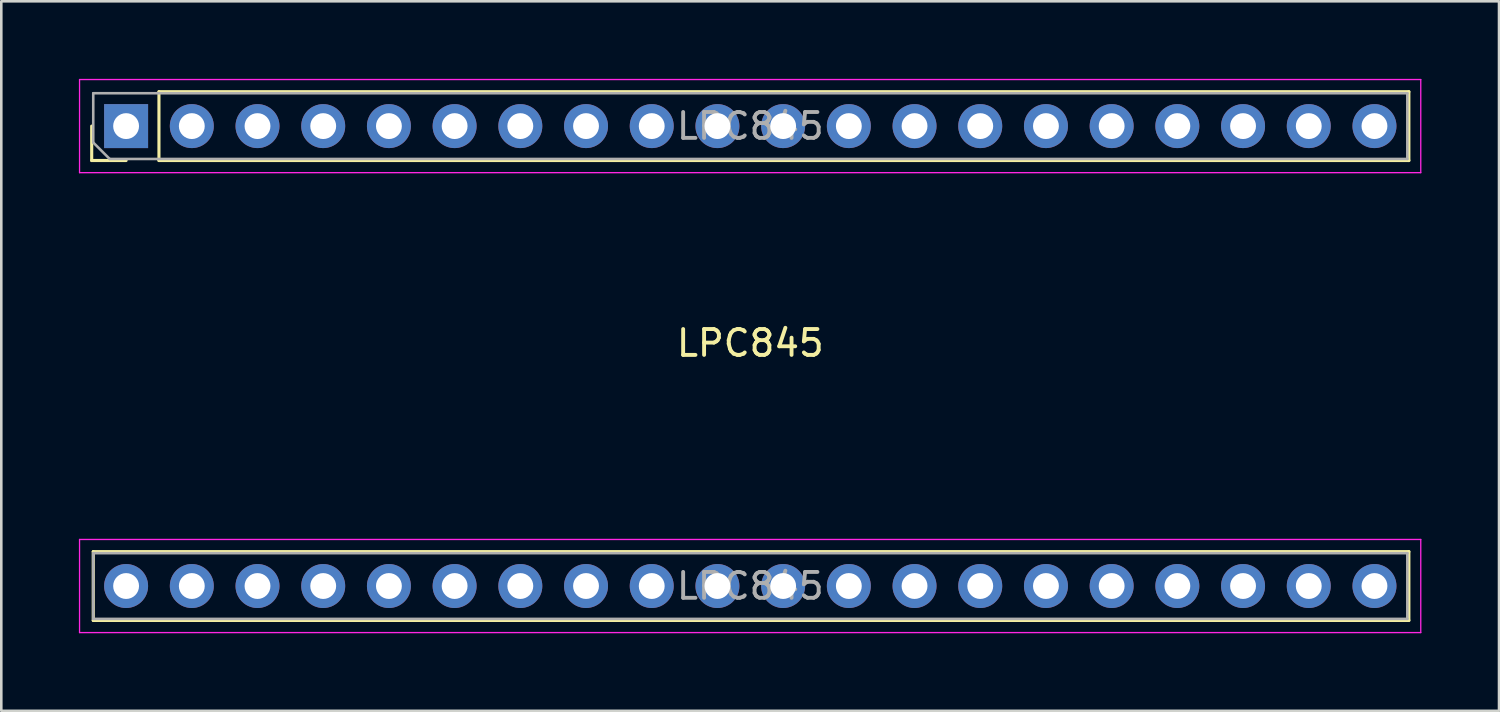
<source format=kicad_pcb>
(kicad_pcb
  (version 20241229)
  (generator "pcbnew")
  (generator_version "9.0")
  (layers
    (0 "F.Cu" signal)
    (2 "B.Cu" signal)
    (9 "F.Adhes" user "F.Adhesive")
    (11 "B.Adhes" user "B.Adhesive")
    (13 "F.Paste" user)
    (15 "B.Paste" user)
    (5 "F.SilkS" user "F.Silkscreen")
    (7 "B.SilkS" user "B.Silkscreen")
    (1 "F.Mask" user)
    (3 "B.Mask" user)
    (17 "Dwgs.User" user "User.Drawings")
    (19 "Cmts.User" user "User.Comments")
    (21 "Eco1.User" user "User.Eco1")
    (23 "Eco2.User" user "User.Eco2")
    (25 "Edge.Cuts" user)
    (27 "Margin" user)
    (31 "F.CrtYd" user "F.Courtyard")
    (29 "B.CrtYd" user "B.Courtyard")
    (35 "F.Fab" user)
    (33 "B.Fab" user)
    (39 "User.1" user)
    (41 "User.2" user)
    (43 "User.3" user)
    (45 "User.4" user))
  (footprint "LPC845"
    (layer "F.Cu")
    (at 25.955 10.715)
    (property "Reference" "LPC845" (at 0 -0.5 0) (unlocked yes) (layer "F.SilkS") (effects (font (size 1 1) (thickness 0.15))))
    (attr smd)
    (fp_line (start -25.46 -7.56) (end -25.46 -8.89) (stroke (width 0.12) (type solid)) (layer "F.SilkS"))
    (fp_line (start -25.4 7.56) (end 25.46 7.56) (stroke (width 0.12) (type solid)) (layer "F.SilkS"))
    (fp_line (start -25.4 10.22) (end -25.4 7.56) (stroke (width 0.12) (type solid)) (layer "F.SilkS"))
    (fp_line (start -25.4 10.22) (end 25.46 10.22) (stroke (width 0.12) (type solid)) (layer "F.SilkS"))
    (fp_line (start -24.13 -7.56) (end -25.46 -7.56) (stroke (width 0.12) (type solid)) (layer "F.SilkS"))
    (fp_line (start -22.86 -10.22) (end 25.46 -10.22) (stroke (width 0.12) (type solid)) (layer "F.SilkS"))
    (fp_line (start -22.86 -7.56) (end -22.86 -10.22) (stroke (width 0.12) (type solid)) (layer "F.SilkS"))
    (fp_line (start -22.86 -7.56) (end 25.46 -7.56) (stroke (width 0.12) (type solid)) (layer "F.SilkS"))
    (fp_line (start 25.46 -7.56) (end 25.46 -10.22) (stroke (width 0.12) (type solid)) (layer "F.SilkS"))
    (fp_line (start 25.46 10.22) (end 25.46 7.56) (stroke (width 0.12) (type solid)) (layer "F.SilkS"))
    (fp_line (start -25.93 -10.69) (end -25.93 -7.09) (stroke (width 0.05) (type solid)) (layer "F.CrtYd"))
    (fp_line (start -25.93 -7.09) (end 25.92 -7.09) (stroke (width 0.05) (type solid)) (layer "F.CrtYd"))
    (fp_line (start -25.93 7.09) (end -25.93 10.69) (stroke (width 0.05) (type solid)) (layer "F.CrtYd"))
    (fp_line (start -25.93 10.69) (end 25.92 10.69) (stroke (width 0.05) (type solid)) (layer "F.CrtYd"))
    (fp_line (start 25.92 -10.69) (end -25.93 -10.69) (stroke (width 0.05) (type solid)) (layer "F.CrtYd"))
    (fp_line (start 25.92 -7.09) (end 25.92 -10.69) (stroke (width 0.05) (type solid)) (layer "F.CrtYd"))
    (fp_line (start 25.92 7.09) (end -25.93 7.09) (stroke (width 0.05) (type solid)) (layer "F.CrtYd"))
    (fp_line (start 25.92 10.69) (end 25.92 7.09) (stroke (width 0.05) (type solid)) (layer "F.CrtYd"))
    (fp_line (start -25.4 -10.16) (end 25.4 -10.16) (stroke (width 0.1) (type solid)) (layer "F.Fab"))
    (fp_line (start -25.4 -8.255) (end -25.4 -10.16) (stroke (width 0.1) (type solid)) (layer "F.Fab"))
    (fp_line (start -25.4 7.62) (end 25.4 7.62) (stroke (width 0.1) (type solid)) (layer "F.Fab"))
    (fp_line (start -25.4 10.16) (end -25.4 7.62) (stroke (width 0.1) (type solid)) (layer "F.Fab"))
    (fp_line (start -24.765 -7.62) (end -25.4 -8.255) (stroke (width 0.1) (type solid)) (layer "F.Fab"))
    (fp_line (start 25.4 -10.16) (end 25.4 -7.62) (stroke (width 0.1) (type solid)) (layer "F.Fab"))
    (fp_line (start 25.4 -7.62) (end -24.765 -7.62) (stroke (width 0.1) (type solid)) (layer "F.Fab"))
    (fp_line (start 25.4 7.62) (end 25.4 10.16) (stroke (width 0.1) (type solid)) (layer "F.Fab"))
    (fp_line (start 25.4 10.16) (end -25.4 10.16) (stroke (width 0.1) (type solid)) (layer "F.Fab"))
    (fp_text user "${REFERENCE}" (at 0 -8.89 180) (layer "F.Fab") (effects (font (size 1 1) (thickness 0.15))))
    (fp_text user "${REFERENCE}" (at 0 8.89 180) (layer "F.Fab") (effects (font (size 1 1) (thickness 0.15))))
    (pad "1" thru_hole circle (at -24.13 8.89 90) (size 1.7 1.7) (drill 1) (layers "*.Cu" "*.Mask"))
    (pad "2" thru_hole oval (at -21.59 8.89 90) (size 1.7 1.7) (drill 1) (layers "*.Cu" "*.Mask"))
    (pad "3" thru_hole oval (at -19.05 8.89 90) (size 1.7 1.7) (drill 1) (layers "*.Cu" "*.Mask"))
    (pad "4" thru_hole oval (at -16.51 8.89 90) (size 1.7 1.7) (drill 1) (layers "*.Cu" "*.Mask"))
    (pad "5" thru_hole oval (at -13.97 8.89 90) (size 1.7 1.7) (drill 1) (layers "*.Cu" "*.Mask"))
    (pad "6" thru_hole oval (at -11.43 8.89 90) (size 1.7 1.7) (drill 1) (layers "*.Cu" "*.Mask"))
    (pad "7" thru_hole oval (at -8.89 8.89 90) (size 1.7 1.7) (drill 1) (layers "*.Cu" "*.Mask"))
    (pad "8" thru_hole oval (at -6.35 8.89 90) (size 1.7 1.7) (drill 1) (layers "*.Cu" "*.Mask"))
    (pad "9" thru_hole oval (at -3.81 8.89 90) (size 1.7 1.7) (drill 1) (layers "*.Cu" "*.Mask"))
    (pad "10" thru_hole oval (at -1.27 8.89 90) (size 1.7 1.7) (drill 1) (layers "*.Cu" "*.Mask"))
    (pad "11" thru_hole oval (at 1.27 8.89 90) (size 1.7 1.7) (drill 1) (layers "*.Cu" "*.Mask"))
    (pad "12" thru_hole oval (at 3.81 8.89 90) (size 1.7 1.7) (drill 1) (layers "*.Cu" "*.Mask"))
    (pad "13" thru_hole oval (at 6.35 8.89 90) (size 1.7 1.7) (drill 1) (layers "*.Cu" "*.Mask"))
    (pad "14" thru_hole oval (at 8.89 8.89 90) (size 1.7 1.7) (drill 1) (layers "*.Cu" "*.Mask"))
    (pad "15" thru_hole oval (at 11.43 8.89 90) (size 1.7 1.7) (drill 1) (layers "*.Cu" "*.Mask"))
    (pad "16" thru_hole oval (at 13.97 8.89 90) (size 1.7 1.7) (drill 1) (layers "*.Cu" "*.Mask"))
    (pad "17" thru_hole oval (at 16.51 8.89 90) (size 1.7 1.7) (drill 1) (layers "*.Cu" "*.Mask"))
    (pad "18" thru_hole oval (at 19.05 8.89 90) (size 1.7 1.7) (drill 1) (layers "*.Cu" "*.Mask"))
    (pad "19" thru_hole oval (at 21.59 8.89 90) (size 1.7 1.7) (drill 1) (layers "*.Cu" "*.Mask"))
    (pad "20" thru_hole oval (at 24.13 8.89 90) (size 1.7 1.7) (drill 1) (layers "*.Cu" "*.Mask"))
    (pad "21" thru_hole oval (at 24.13 -8.89 90) (size 1.7 1.7) (drill 1) (layers "*.Cu" "*.Mask"))
    (pad "22" thru_hole oval (at 21.59 -8.89 90) (size 1.7 1.7) (drill 1) (layers "*.Cu" "*.Mask"))
    (pad "23" thru_hole oval (at 19.05 -8.89 90) (size 1.7 1.7) (drill 1) (layers "*.Cu" "*.Mask"))
    (pad "24" thru_hole oval (at 16.51 -8.89 90) (size 1.7 1.7) (drill 1) (layers "*.Cu" "*.Mask"))
    (pad "25" thru_hole oval (at 13.97 -8.89 90) (size 1.7 1.7) (drill 1) (layers "*.Cu" "*.Mask"))
    (pad "26" thru_hole oval (at 11.43 -8.89 90) (size 1.7 1.7) (drill 1) (layers "*.Cu" "*.Mask"))
    (pad "27" thru_hole oval (at 8.89 -8.89 90) (size 1.7 1.7) (drill 1) (layers "*.Cu" "*.Mask"))
    (pad "28" thru_hole oval (at 6.35 -8.89 90) (size 1.7 1.7) (drill 1) (layers "*.Cu" "*.Mask"))
    (pad "29" thru_hole oval (at 3.81 -8.89 90) (size 1.7 1.7) (drill 1) (layers "*.Cu" "*.Mask"))
    (pad "30" thru_hole oval (at 1.27 -8.89 90) (size 1.7 1.7) (drill 1) (layers "*.Cu" "*.Mask"))
    (pad "31" thru_hole oval (at -1.27 -8.89 90) (size 1.7 1.7) (drill 1) (layers "*.Cu" "*.Mask"))
    (pad "32" thru_hole oval (at -3.81 -8.89 90) (size 1.7 1.7) (drill 1) (layers "*.Cu" "*.Mask"))
    (pad "33" thru_hole oval (at -6.35 -8.89 90) (size 1.7 1.7) (drill 1) (layers "*.Cu" "*.Mask"))
    (pad "34" thru_hole oval (at -8.89 -8.89 90) (size 1.7 1.7) (drill 1) (layers "*.Cu" "*.Mask"))
    (pad "35" thru_hole oval (at -11.43 -8.89 90) (size 1.7 1.7) (drill 1) (layers "*.Cu" "*.Mask"))
    (pad "36" thru_hole oval (at -13.97 -8.89 90) (size 1.7 1.7) (drill 1) (layers "*.Cu" "*.Mask"))
    (pad "37" thru_hole oval (at -16.51 -8.89 90) (size 1.7 1.7) (drill 1) (layers "*.Cu" "*.Mask"))
    (pad "38" thru_hole oval (at -19.05 -8.89 90) (size 1.7 1.7) (drill 1) (layers "*.Cu" "*.Mask"))
    (pad "39" thru_hole oval (at -21.59 -8.89 90) (size 1.7 1.7) (drill 1) (layers "*.Cu" "*.Mask"))
    (pad "40" thru_hole rect (at -24.13 -8.89 90) (size 1.7 1.7) (drill 1) (layers "*.Cu" "*.Mask")))
  (gr_rect
    (start -3 -3)
    (end 54.9 24.43)
    (stroke (width 0.1) (type default))
    (fill no)
    (layer "Edge.Cuts")))
</source>
